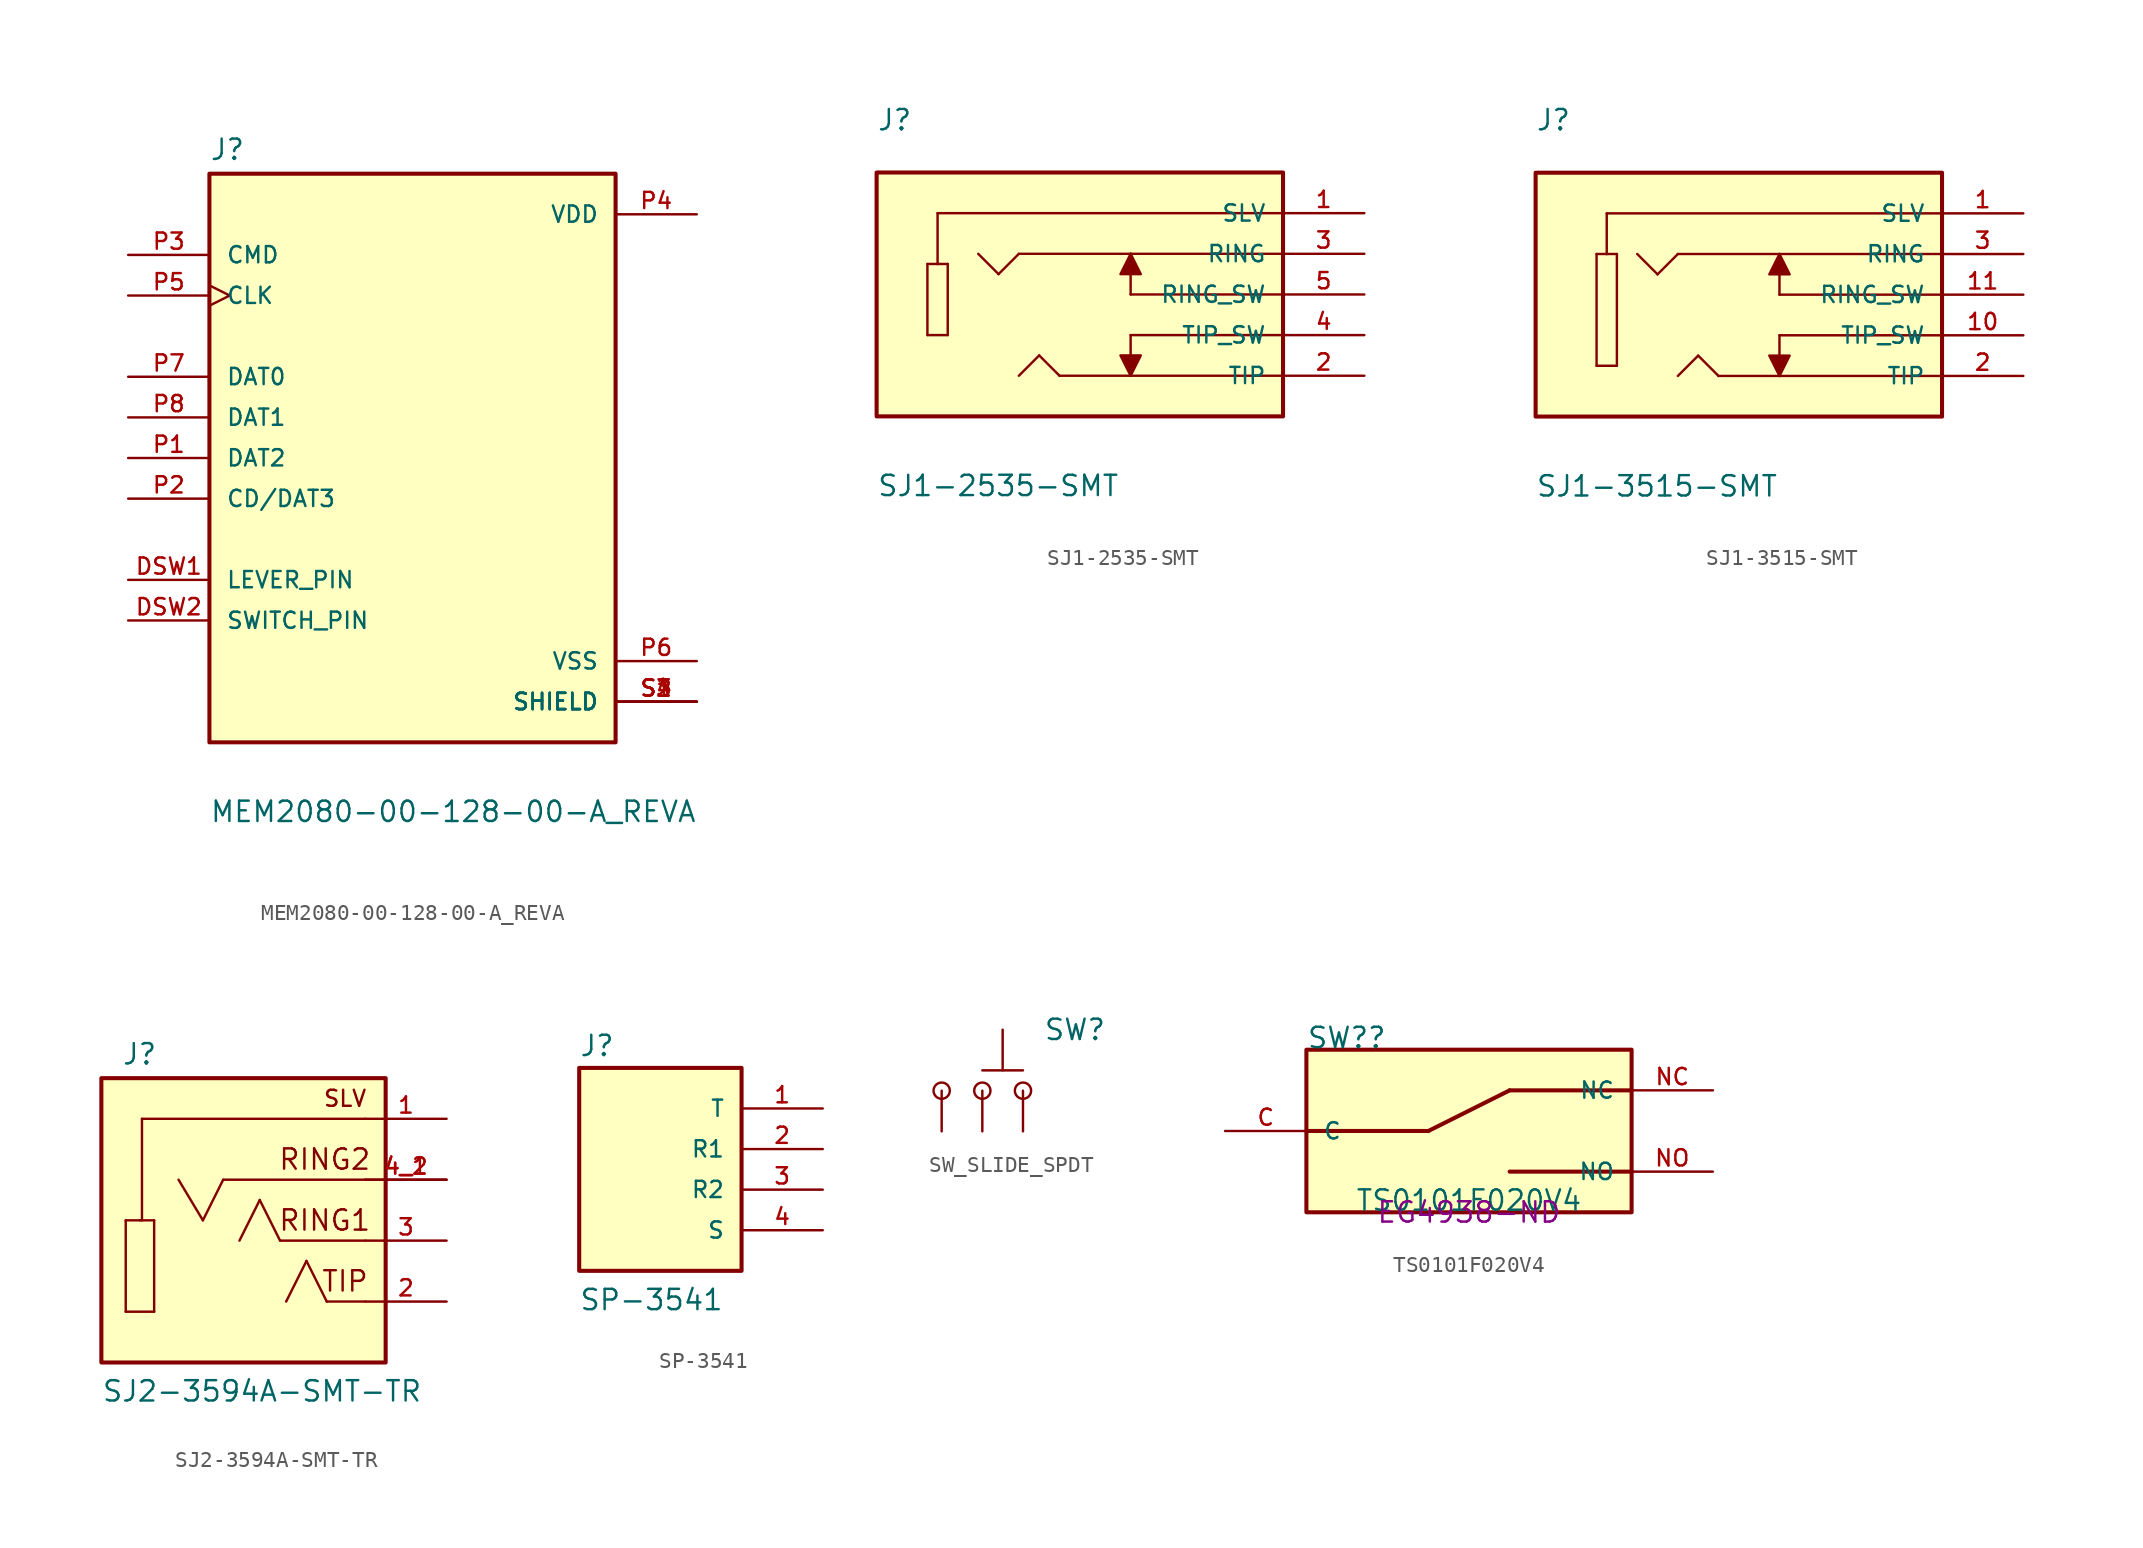
<source format=kicad_sym>
(kicad_symbol_lib
  (version 20211014)
  (generator kicad_symbol_editor)
  (symbol "MEM2080-00-128-00-A_REVA"
    (pin_names
      (offset 1.016))
    (property "Reference" "J"
      (at -12.7 18.542 0)
      (effects (font (size 1.27 1.27)) (justify left bottom)))
    (property "Value" "MEM2080-00-128-00-A_REVA"
      (at -12.7 -22.86 0)
      (effects (font (size 1.27 1.27)) (justify left bottom)))
    (property "DKEY" ""
      (at 0 0 0)
      (effects (font (size 1.27 1.27))))
    (symbol "MEM2080-00-128-00-A_REVA_0_0"
      (rectangle (start -12.7 -17.78) (end 12.7 17.78) (stroke (width 0.254) (type default) (color 0 0 0 0)) (fill (type background)))
      (pin passive line (at -17.78 -7.62 0) (length 5.08) (name "LEVER_PIN" (effects (font (size 1.016 1.016)))) (number "DSW1" (effects (font (size 1.016 1.016)))))
      (pin passive line (at -17.78 -10.16 0) (length 5.08) (name "SWITCH_PIN" (effects (font (size 1.016 1.016)))) (number "DSW2" (effects (font (size 1.016 1.016)))))
      (pin bidirectional line (at -17.78 0 0) (length 5.08) (name "DAT2" (effects (font (size 1.016 1.016)))) (number "P1" (effects (font (size 1.016 1.016)))))
      (pin bidirectional line (at -17.78 -2.54 0) (length 5.08) (name "CD/DAT3" (effects (font (size 1.016 1.016)))) (number "P2" (effects (font (size 1.016 1.016)))))
      (pin input line (at -17.78 12.7 0) (length 5.08) (name "CMD" (effects (font (size 1.016 1.016)))) (number "P3" (effects (font (size 1.016 1.016)))))
      (pin power_in line (at 17.78 15.24 180) (length 5.08) (name "VDD" (effects (font (size 1.016 1.016)))) (number "P4" (effects (font (size 1.016 1.016)))))
      (pin input clock (at -17.78 10.16 0) (length 5.08) (name "CLK" (effects (font (size 1.016 1.016)))) (number "P5" (effects (font (size 1.016 1.016)))))
      (pin power_in line (at 17.78 -12.7 180) (length 5.08) (name "VSS" (effects (font (size 1.016 1.016)))) (number "P6" (effects (font (size 1.016 1.016)))))
      (pin bidirectional line (at -17.78 5.08 0) (length 5.08) (name "DAT0" (effects (font (size 1.016 1.016)))) (number "P7" (effects (font (size 1.016 1.016)))))
      (pin bidirectional line (at -17.78 2.54 0) (length 5.08) (name "DAT1" (effects (font (size 1.016 1.016)))) (number "P8" (effects (font (size 1.016 1.016)))))
      (pin passive line (at 17.78 -15.24 180) (length 5.08) (name "SHIELD" (effects (font (size 1.016 1.016)))) (number "S1" (effects (font (size 1.016 1.016)))))
      (pin passive line (at 17.78 -15.24 180) (length 5.08) (name "SHIELD" (effects (font (size 1.016 1.016)))) (number "S2" (effects (font (size 1.016 1.016)))))
      (pin passive line (at 17.78 -15.24 180) (length 5.08) (name "SHIELD" (effects (font (size 1.016 1.016)))) (number "S3" (effects (font (size 1.016 1.016)))))
      (pin passive line (at 17.78 -15.24 180) (length 5.08) (name "SHIELD" (effects (font (size 1.016 1.016)))) (number "S4" (effects (font (size 1.016 1.016)))))))
  (symbol "SJ1-2535-SMT"
    (pin_names
      (offset 1.016))
    (property "Reference" "J"
      (at -12.702 10.161 0)
      (effects (font (size 1.27 1.27)) (justify left bottom)))
    (property "Value" "SJ1-2535-SMT"
      (at -12.701 -12.701 0)
      (effects (font (size 1.27 1.27)) (justify left bottom)))
    (property "DKEY" ""
      (at 0 0 0)
      (effects (font (size 1.27 1.27))))
    (symbol "SJ1-2535-SMT_0_0"
      (rectangle (start -12.7 -7.62) (end 12.7 7.62) (stroke (width 0.254) (type default) (color 0 0 0 0)) (fill (type background)))
      (polyline (pts (xy -9.525 -2.54) (xy -9.525 1.905)) (stroke (width 0.152) (type default) (color 0 0 0 0)) (fill (type none)))
      (polyline (pts (xy -9.525 1.905) (xy -8.89 1.905)) (stroke (width 0.152) (type default) (color 0 0 0 0)) (fill (type none)))
      (polyline (pts (xy -8.89 1.905) (xy -8.255 1.905)) (stroke (width 0.152) (type default) (color 0 0 0 0)) (fill (type none)))
      (polyline (pts (xy -8.89 5.08) (xy -8.89 1.905)) (stroke (width 0.152) (type default) (color 0 0 0 0)) (fill (type none)))
      (polyline (pts (xy -8.255 -2.54) (xy -9.525 -2.54)) (stroke (width 0.152) (type default) (color 0 0 0 0)) (fill (type none)))
      (polyline (pts (xy -8.255 1.905) (xy -8.255 -2.54)) (stroke (width 0.152) (type default) (color 0 0 0 0)) (fill (type none)))
      (polyline (pts (xy -5.08 1.27) (xy -6.35 2.54)) (stroke (width 0.152) (type default) (color 0 0 0 0)) (fill (type none)))
      (polyline (pts (xy -3.81 2.54) (xy -5.08 1.27)) (stroke (width 0.152) (type default) (color 0 0 0 0)) (fill (type none)))
      (polyline (pts (xy -2.54 -3.81) (xy -3.81 -5.08)) (stroke (width 0.152) (type default) (color 0 0 0 0)) (fill (type none)))
      (polyline (pts (xy -1.27 -5.08) (xy -2.54 -3.81)) (stroke (width 0.152) (type default) (color 0 0 0 0)) (fill (type none)))
      (polyline (pts (xy 3.175 -5.08) (xy -1.27 -5.08)) (stroke (width 0.152) (type default) (color 0 0 0 0)) (fill (type none)))
      (polyline (pts (xy 3.175 -2.54) (xy 3.175 -5.08)) (stroke (width 0.152) (type default) (color 0 0 0 0)) (fill (type none)))
      (polyline (pts (xy 3.175 0) (xy 3.175 2.54)) (stroke (width 0.152) (type default) (color 0 0 0 0)) (fill (type none)))
      (polyline (pts (xy 3.175 2.54) (xy -3.81 2.54)) (stroke (width 0.152) (type default) (color 0 0 0 0)) (fill (type none)))
      (polyline (pts (xy 12.7 -5.08) (xy 3.175 -5.08)) (stroke (width 0.152) (type default) (color 0 0 0 0)) (fill (type none)))
      (polyline (pts (xy 12.7 -2.54) (xy 3.175 -2.54)) (stroke (width 0.152) (type default) (color 0 0 0 0)) (fill (type none)))
      (polyline (pts (xy 12.7 0) (xy 3.175 0)) (stroke (width 0.152) (type default) (color 0 0 0 0)) (fill (type none)))
      (polyline (pts (xy 12.7 2.54) (xy 3.175 2.54)) (stroke (width 0.152) (type default) (color 0 0 0 0)) (fill (type none)))
      (polyline (pts (xy 12.7 5.08) (xy -8.89 5.08)) (stroke (width 0.152) (type default) (color 0 0 0 0)) (fill (type none)))
      (polyline (pts (xy 3.175 -5.08) (xy 2.54 -3.81) (xy 3.81 -3.81) (xy 3.175 -5.08)) (stroke (width 0.152) (type default) (color 0 0 0 0)) (fill (type outline)))
      (polyline (pts (xy 3.175 2.54) (xy 2.54 1.27) (xy 3.81 1.27) (xy 3.175 2.54)) (stroke (width 0.152) (type default) (color 0 0 0 0)) (fill (type outline)))
      (pin passive line (at 17.78 5.08 180) (length 5.08) (name "SLV" (effects (font (size 1.016 1.016)))) (number "1" (effects (font (size 1.016 1.016)))))
      (pin passive line (at 17.78 -5.08 180) (length 5.08) (name "TIP" (effects (font (size 1.016 1.016)))) (number "2" (effects (font (size 1.016 1.016)))))
      (pin passive line (at 17.78 2.54 180) (length 5.08) (name "RING" (effects (font (size 1.016 1.016)))) (number "3" (effects (font (size 1.016 1.016)))))
      (pin passive line (at 17.78 -2.54 180) (length 5.08) (name "TIP_SW" (effects (font (size 1.016 1.016)))) (number "4" (effects (font (size 1.016 1.016)))))
      (pin passive line (at 17.78 0 180) (length 5.08) (name "RING_SW" (effects (font (size 1.016 1.016)))) (number "5" (effects (font (size 1.016 1.016)))))))
  (symbol "SJ1-3515-SMT"
    (pin_names
      (offset 1.016))
    (property "Reference" "J"
      (at -12.716 10.173 0)
      (effects (font (size 1.27 1.27)) (justify left bottom)))
    (property "Value" "SJ1-3515-SMT"
      (at -12.713 -12.713 0)
      (effects (font (size 1.27 1.27)) (justify left bottom)))
    (property "DKEY" ""
      (at 0 0 0)
      (effects (font (size 1.27 1.27))))
    (symbol "SJ1-3515-SMT_0_0"
      (rectangle (start -12.7 -7.62) (end 12.7 7.62) (stroke (width 0.254) (type default) (color 0 0 0 0)) (fill (type background)))
      (polyline (pts (xy -8.89 -4.445) (xy -8.89 2.54)) (stroke (width 0.152) (type default) (color 0 0 0 0)) (fill (type none)))
      (polyline (pts (xy -8.89 2.54) (xy -8.255 2.54)) (stroke (width 0.152) (type default) (color 0 0 0 0)) (fill (type none)))
      (polyline (pts (xy -8.255 2.54) (xy -7.62 2.54)) (stroke (width 0.152) (type default) (color 0 0 0 0)) (fill (type none)))
      (polyline (pts (xy -8.255 5.08) (xy -8.255 2.54)) (stroke (width 0.152) (type default) (color 0 0 0 0)) (fill (type none)))
      (polyline (pts (xy -7.62 -4.445) (xy -8.89 -4.445)) (stroke (width 0.152) (type default) (color 0 0 0 0)) (fill (type none)))
      (polyline (pts (xy -7.62 2.54) (xy -7.62 -4.445)) (stroke (width 0.152) (type default) (color 0 0 0 0)) (fill (type none)))
      (polyline (pts (xy -5.08 1.27) (xy -6.35 2.54)) (stroke (width 0.152) (type default) (color 0 0 0 0)) (fill (type none)))
      (polyline (pts (xy -3.81 2.54) (xy -5.08 1.27)) (stroke (width 0.152) (type default) (color 0 0 0 0)) (fill (type none)))
      (polyline (pts (xy -2.54 -3.81) (xy -3.81 -5.08)) (stroke (width 0.152) (type default) (color 0 0 0 0)) (fill (type none)))
      (polyline (pts (xy -1.27 -5.08) (xy -2.54 -3.81)) (stroke (width 0.152) (type default) (color 0 0 0 0)) (fill (type none)))
      (polyline (pts (xy 2.54 -5.08) (xy -1.27 -5.08)) (stroke (width 0.152) (type default) (color 0 0 0 0)) (fill (type none)))
      (polyline (pts (xy 2.54 -2.54) (xy 2.54 -5.08)) (stroke (width 0.152) (type default) (color 0 0 0 0)) (fill (type none)))
      (polyline (pts (xy 2.54 2.54) (xy -3.81 2.54)) (stroke (width 0.152) (type default) (color 0 0 0 0)) (fill (type none)))
      (polyline (pts (xy 2.54 2.54) (xy 2.54 0)) (stroke (width 0.152) (type default) (color 0 0 0 0)) (fill (type none)))
      (polyline (pts (xy 12.7 -5.08) (xy 2.54 -5.08)) (stroke (width 0.152) (type default) (color 0 0 0 0)) (fill (type none)))
      (polyline (pts (xy 12.7 -2.54) (xy 2.54 -2.54)) (stroke (width 0.152) (type default) (color 0 0 0 0)) (fill (type none)))
      (polyline (pts (xy 12.7 0) (xy 2.54 0)) (stroke (width 0.152) (type default) (color 0 0 0 0)) (fill (type none)))
      (polyline (pts (xy 12.7 2.54) (xy 2.54 2.54)) (stroke (width 0.152) (type default) (color 0 0 0 0)) (fill (type none)))
      (polyline (pts (xy 12.7 5.08) (xy -8.255 5.08)) (stroke (width 0.152) (type default) (color 0 0 0 0)) (fill (type none)))
      (polyline (pts (xy 2.54 -5.08) (xy 1.905 -3.81) (xy 3.175 -3.81) (xy 2.54 -5.08)) (stroke (width 0.152) (type default) (color 0 0 0 0)) (fill (type outline)))
      (polyline (pts (xy 2.54 2.54) (xy 3.175 1.27) (xy 1.905 1.27) (xy 2.54 2.54)) (stroke (width 0.152) (type default) (color 0 0 0 0)) (fill (type outline)))
      (pin passive line (at 17.78 5.08 180) (length 5.08) (name "SLV" (effects (font (size 1.016 1.016)))) (number "1" (effects (font (size 1.016 1.016)))))
      (pin passive line (at 17.78 -2.54 180) (length 5.08) (name "TIP_SW" (effects (font (size 1.016 1.016)))) (number "10" (effects (font (size 1.016 1.016)))))
      (pin passive line (at 17.78 0 180) (length 5.08) (name "RING_SW" (effects (font (size 1.016 1.016)))) (number "11" (effects (font (size 1.016 1.016)))))
      (pin passive line (at 17.78 -5.08 180) (length 5.08) (name "TIP" (effects (font (size 1.016 1.016)))) (number "2" (effects (font (size 1.016 1.016)))))
      (pin passive line (at 17.78 2.54 180) (length 5.08) (name "RING" (effects (font (size 1.016 1.016)))) (number "3" (effects (font (size 1.016 1.016)))))))
  (symbol "SJ2-3594A-SMT-TR"
    (pin_names
      (offset 1.016))
    (property "Reference" "J"
      (at -7.628 10.922 0)
      (effects (font (size 1.27 1.27)) (justify left bottom)))
    (property "Value" "SJ2-3594A-SMT-TR"
      (at -8.89 -10.16 0)
      (effects (font (size 1.27 1.27)) (justify left bottom)))
    (symbol "SJ2-3594A-SMT-TR_0_0"
      (rectangle (start -8.89 10.16) (end 8.89 -7.62) (stroke (width 0.254) (type default) (color 0 0 0 0)) (fill (type background)))
      (polyline (pts (xy -7.366 -4.445) (xy -5.588 -4.445)) (stroke (width 0.152) (type default) (color 0 0 0 0)) (fill (type none)))
      (polyline (pts (xy -7.366 1.27) (xy -7.366 -4.445)) (stroke (width 0.152) (type default) (color 0 0 0 0)) (fill (type none)))
      (polyline (pts (xy -6.477 1.27) (xy -7.366 1.27)) (stroke (width 0.152) (type default) (color 0 0 0 0)) (fill (type none)))
      (polyline (pts (xy -6.35 7.62) (xy -6.35 1.27)) (stroke (width 0.152) (type default) (color 0 0 0 0)) (fill (type none)))
      (polyline (pts (xy -5.588 -4.445) (xy -5.588 1.27)) (stroke (width 0.152) (type default) (color 0 0 0 0)) (fill (type none)))
      (polyline (pts (xy -5.588 1.27) (xy -6.477 1.27)) (stroke (width 0.152) (type default) (color 0 0 0 0)) (fill (type none)))
      (polyline (pts (xy -2.54 1.27) (xy -4.064 3.81)) (stroke (width 0.152) (type default) (color 0 0 0 0)) (fill (type none)))
      (polyline (pts (xy -1.27 3.81) (xy -2.54 1.27)) (stroke (width 0.152) (type default) (color 0 0 0 0)) (fill (type none)))
      (polyline (pts (xy 1.016 2.54) (xy -0.254 0)) (stroke (width 0.152) (type default) (color 0 0 0 0)) (fill (type none)))
      (polyline (pts (xy 2.286 0) (xy 1.016 2.54)) (stroke (width 0.152) (type default) (color 0 0 0 0)) (fill (type none)))
      (polyline (pts (xy 3.937 -1.27) (xy 2.667 -3.81)) (stroke (width 0.152) (type default) (color 0 0 0 0)) (fill (type none)))
      (polyline (pts (xy 5.207 -3.81) (xy 3.937 -1.27)) (stroke (width 0.152) (type default) (color 0 0 0 0)) (fill (type none)))
      (polyline (pts (xy 7.62 -3.81) (xy 5.207 -3.81)) (stroke (width 0.152) (type default) (color 0 0 0 0)) (fill (type none)))
      (polyline (pts (xy 7.62 0) (xy 2.286 0)) (stroke (width 0.152) (type default) (color 0 0 0 0)) (fill (type none)))
      (polyline (pts (xy 7.62 3.81) (xy -1.27 3.81)) (stroke (width 0.152) (type default) (color 0 0 0 0)) (fill (type none)))
      (polyline (pts (xy 7.62 7.62) (xy -6.35 7.62)) (stroke (width 0.152) (type default) (color 0 0 0 0)) (fill (type none)))
      (text "RING1" (at 5.08 1.27 0) (effects (font (size 1.27 1.27))))
      (text "RING2" (at 5.08 5.08 0) (effects (font (size 1.27 1.27))))
      (text "SLV" (at 6.35 8.89 0) (effects (font (size 1 1))))
      (text "TIP" (at 6.35 -2.54 0) (effects (font (size 1.27 1.27))))
      (pin passive line (at 12.7 7.62 180) (length 5.08) (name "~" (effects (font (size 1.016 1.016)))) (number "1" (effects (font (size 1.016 1.016)))))
      (pin passive line (at 12.7 -3.81 180) (length 5.08) (name "~" (effects (font (size 1.016 1.016)))) (number "2" (effects (font (size 1.016 1.016)))))
      (pin passive line (at 12.7 0 180) (length 5.08) (name "~" (effects (font (size 1.016 1.016)))) (number "3" (effects (font (size 1.016 1.016)))))
      (pin passive line (at 12.7 3.81 180) (length 5.08) (name "~" (effects (font (size 1.016 1.016)))) (number "4_1" (effects (font (size 1.016 1.016)))))
      (pin passive line (at 12.7 3.81 180) (length 5.08) (name "~" (effects (font (size 1.016 1.016)))) (number "4_2" (effects (font (size 1.016 1.016)))))))
  (symbol "SP-3541"
    (pin_names
      (offset 1.016))
    (property "Reference" "J"
      (at -5.09 5.72 0)
      (effects (font (size 1.27 1.27)) (justify left bottom)))
    (property "Value" "SP-3541"
      (at -5.1 -10.18 0)
      (effects (font (size 1.27 1.27)) (justify left bottom)))
    (symbol "SP-3541_0_0"
      (rectangle (start -5.08 -7.62) (end 5.08 5.08) (stroke (width 0.254) (type default) (color 0 0 0 0)) (fill (type background)))
      (pin passive line (at 10.16 2.54 180) (length 5.08) (name "T" (effects (font (size 1.016 1.016)))) (number "1" (effects (font (size 1.016 1.016)))))
      (pin passive line (at 10.16 0 180) (length 5.08) (name "R1" (effects (font (size 1.016 1.016)))) (number "2" (effects (font (size 1.016 1.016)))))
      (pin passive line (at 10.16 -2.54 180) (length 5.08) (name "R2" (effects (font (size 1.016 1.016)))) (number "3" (effects (font (size 1.016 1.016)))))
      (pin passive line (at 10.16 -5.08 180) (length 5.08) (name "S" (effects (font (size 1.016 1.016)))) (number "4" (effects (font (size 1.016 1.016)))))))
  (symbol "SW_SLIDE_SPDT"
    (pin_numbers hide)
    (pin_names
      (offset 1.016) hide)
    (property "Reference" "SW"
      (at 3.81 3.81 0)
      (effects (font (size 1.27 1.27)) (justify left)))
    (symbol "SW_SLIDE_SPDT_0_1"
      (circle (center -2.54 0) (radius 0.508) (stroke (width 0) (type default) (color 0 0 0 0)) (fill (type none)))
      (polyline (pts (xy 1.27 1.27) (xy 1.27 3.81)) (stroke (width 0) (type default) (color 0 0 0 0)) (fill (type none)))
      (polyline (pts (xy 2.54 1.27) (xy 0 1.27)) (stroke (width 0) (type default) (color 0 0 0 0)) (fill (type none)))
      (circle (center 0 0) (radius 0.508) (stroke (width 0) (type default) (color 0 0 0 0)) (fill (type none)))
      (circle (center 2.54 0) (radius 0.508) (stroke (width 0) (type default) (color 0 0 0 0)) (fill (type none)))
      (pin passive line (at 2.54 -2.54 90) (length 2.54) (name "NC" (effects (font (size 1.27 1.27)))) (number "1" (effects (font (size 1.27 1.27)))))
      (pin passive line (at 0 -2.54 90) (length 2.54) (name "CO" (effects (font (size 1.27 1.27)))) (number "2" (effects (font (size 1.27 1.27)))))
      (pin passive line (at -2.54 -2.54 90) (length 2.54) (name "NO" (effects (font (size 1.27 1.27)))) (number "3" (effects (font (size 1.27 1.27)))))))
  (symbol "TS0101F020V4"
    (pin_names
      (offset 1.016))
    (property "Reference" "SW?"
      (at -10.16 10.16 0)
      (effects (font (size 1.27 1.27)) (justify left bottom)))
    (property "Value" "TS0101F020V4"
      (at 0 0 0)
      (effects (font (size 1.27 1.27)) (justify bottom)))
    (property "DKEY" "EG4938-ND"
      (at 0 0 0)
      (effects (font (size 1.27 1.27))))
    (symbol "TS0101F020V4_0_0"
      (rectangle (start -10.16 0) (end 10.16 10.16) (stroke (width 0.254) (type default) (color 0 0 0 0)) (fill (type background)))
      (polyline (pts (xy -10.16 5.08) (xy -2.54 5.08)) (stroke (width 0.254) (type default) (color 0 0 0 0)) (fill (type none)))
      (polyline (pts (xy -2.54 5.08) (xy 2.54 7.62)) (stroke (width 0.254) (type default) (color 0 0 0 0)) (fill (type none)))
      (polyline (pts (xy 2.54 2.54) (xy 10.16 2.54)) (stroke (width 0.254) (type default) (color 0 0 0 0)) (fill (type none)))
      (polyline (pts (xy 10.16 7.62) (xy 2.54 7.62)) (stroke (width 0.254) (type default) (color 0 0 0 0)) (fill (type none)))
      (pin bidirectional line (at -15.24 5.08 0) (length 5.08) (name "C" (effects (font (size 1.016 1.016)))) (number "C" (effects (font (size 1.016 1.016)))))
      (pin bidirectional line (at 15.24 7.62 180) (length 5.08) (name "NC" (effects (font (size 1.016 1.016)))) (number "NC" (effects (font (size 1.016 1.016)))))
      (pin bidirectional line (at 15.24 2.54 180) (length 5.08) (name "NO" (effects (font (size 1.016 1.016)))) (number "NO" (effects (font (size 1.016 1.016))))))))
</source>
